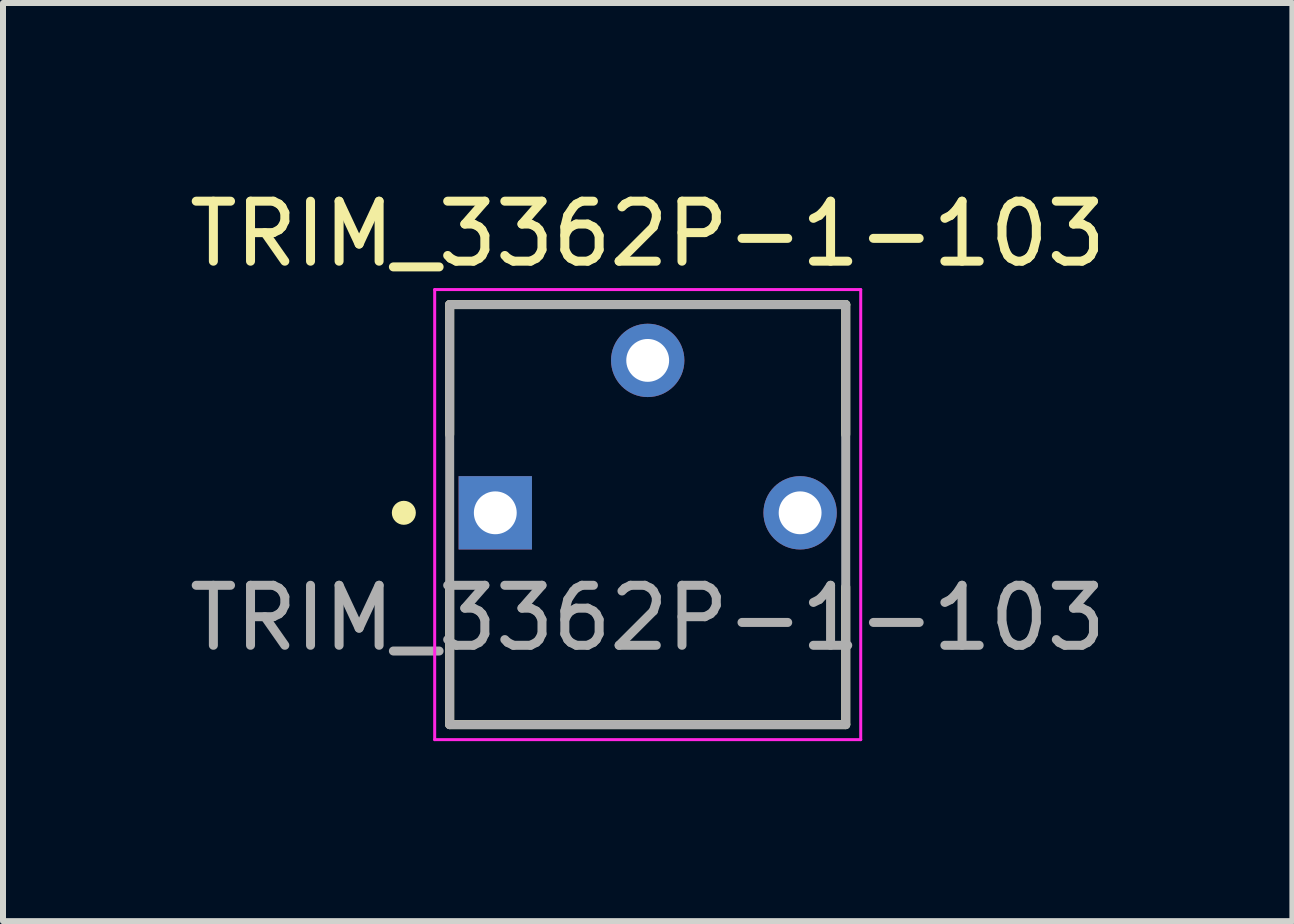
<source format=kicad_pcb>
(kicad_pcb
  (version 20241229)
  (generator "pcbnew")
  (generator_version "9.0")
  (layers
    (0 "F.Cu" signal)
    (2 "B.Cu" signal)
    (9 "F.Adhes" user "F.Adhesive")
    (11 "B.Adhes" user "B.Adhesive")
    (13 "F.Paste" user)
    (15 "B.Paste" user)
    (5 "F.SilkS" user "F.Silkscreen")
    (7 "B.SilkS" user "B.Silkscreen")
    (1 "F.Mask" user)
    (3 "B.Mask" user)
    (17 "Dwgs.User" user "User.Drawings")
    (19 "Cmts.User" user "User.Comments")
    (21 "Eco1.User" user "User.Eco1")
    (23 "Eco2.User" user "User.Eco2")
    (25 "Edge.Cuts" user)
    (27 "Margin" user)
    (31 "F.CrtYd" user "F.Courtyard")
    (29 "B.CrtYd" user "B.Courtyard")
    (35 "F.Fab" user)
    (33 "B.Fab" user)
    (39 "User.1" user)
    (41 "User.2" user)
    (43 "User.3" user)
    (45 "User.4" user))
  (footprint "TRIM_3362P-1-103"
    (layer "F.Cu")
    (at 7.744 5.496)
    (property "Reference" "TRIM_3362P-1-103" (at 0 -4.648 0) (layer "F.SilkS") (effects (font (size 1 1) (thickness 0.15))))
    (attr through_hole)
    (fp_line (start -3.3 -3.47) (end 3.3 -3.47) (stroke (width 0.15) (type solid)) (layer "F.SilkS"))
    (fp_line (start -3.3 -1.305) (end -3.3 -3.47) (stroke (width 0.15) (type solid)) (layer "F.SilkS"))
    (fp_line (start -3.3 3.52) (end -3.3 1.235) (stroke (width 0.15) (type solid)) (layer "F.SilkS"))
    (fp_line (start 3.3 -3.47) (end 3.3 -1.305) (stroke (width 0.15) (type solid)) (layer "F.SilkS"))
    (fp_line (start 3.3 1.235) (end 3.3 3.52) (stroke (width 0.15) (type solid)) (layer "F.SilkS"))
    (fp_line (start 3.3 3.53) (end -3.3 3.53) (stroke (width 0.15) (type solid)) (layer "F.SilkS"))
    (fp_circle (center -4.064 0) (end -3.964 0) (stroke (width 0.2) (type solid)) (fill no) (layer "F.SilkS"))
    (fp_line (start -3.55 -3.72) (end 3.55 -3.72) (stroke (width 0.05) (type solid)) (layer "F.CrtYd"))
    (fp_line (start -3.55 3.78) (end -3.55 -3.72) (stroke (width 0.05) (type solid)) (layer "F.CrtYd"))
    (fp_line (start 3.55 -3.72) (end 3.55 3.78) (stroke (width 0.05) (type solid)) (layer "F.CrtYd"))
    (fp_line (start 3.55 3.78) (end -3.55 3.78) (stroke (width 0.05) (type solid)) (layer "F.CrtYd"))
    (fp_line (start -3.3 -3.47) (end 3.3 -3.47) (stroke (width 0.15) (type solid)) (layer "F.Fab"))
    (fp_line (start -3.3 3.53) (end -3.3 -3.47) (stroke (width 0.15) (type solid)) (layer "F.Fab"))
    (fp_line (start 3.3 -3.47) (end 3.3 3.53) (stroke (width 0.15) (type solid)) (layer "F.Fab"))
    (fp_line (start 3.3 3.53) (end -3.3 3.53) (stroke (width 0.15) (type solid)) (layer "F.Fab"))
    (fp_text user "${REFERENCE}" (at 0 1.753 0) (layer "F.Fab") (effects (font (size 1 1) (thickness 0.15))))
    (pad "1" thru_hole rect (at -2.54 0) (size 1.222 1.222) (drill 0.714) (layers "*.Cu" "*.Mask"))
    (pad "2" thru_hole circle (at 0 -2.54) (size 1.222 1.222) (drill 0.714) (layers "*.Cu" "*.Mask"))
    (pad "3" thru_hole circle (at 2.54 0) (size 1.222 1.222) (drill 0.714) (layers "*.Cu" "*.Mask")))
  (gr_rect
    (start -3 -3)
    (end 18.488 12.301)
    (stroke (width 0.1) (type default))
    (fill no)
    (layer "Edge.Cuts")))
</source>
